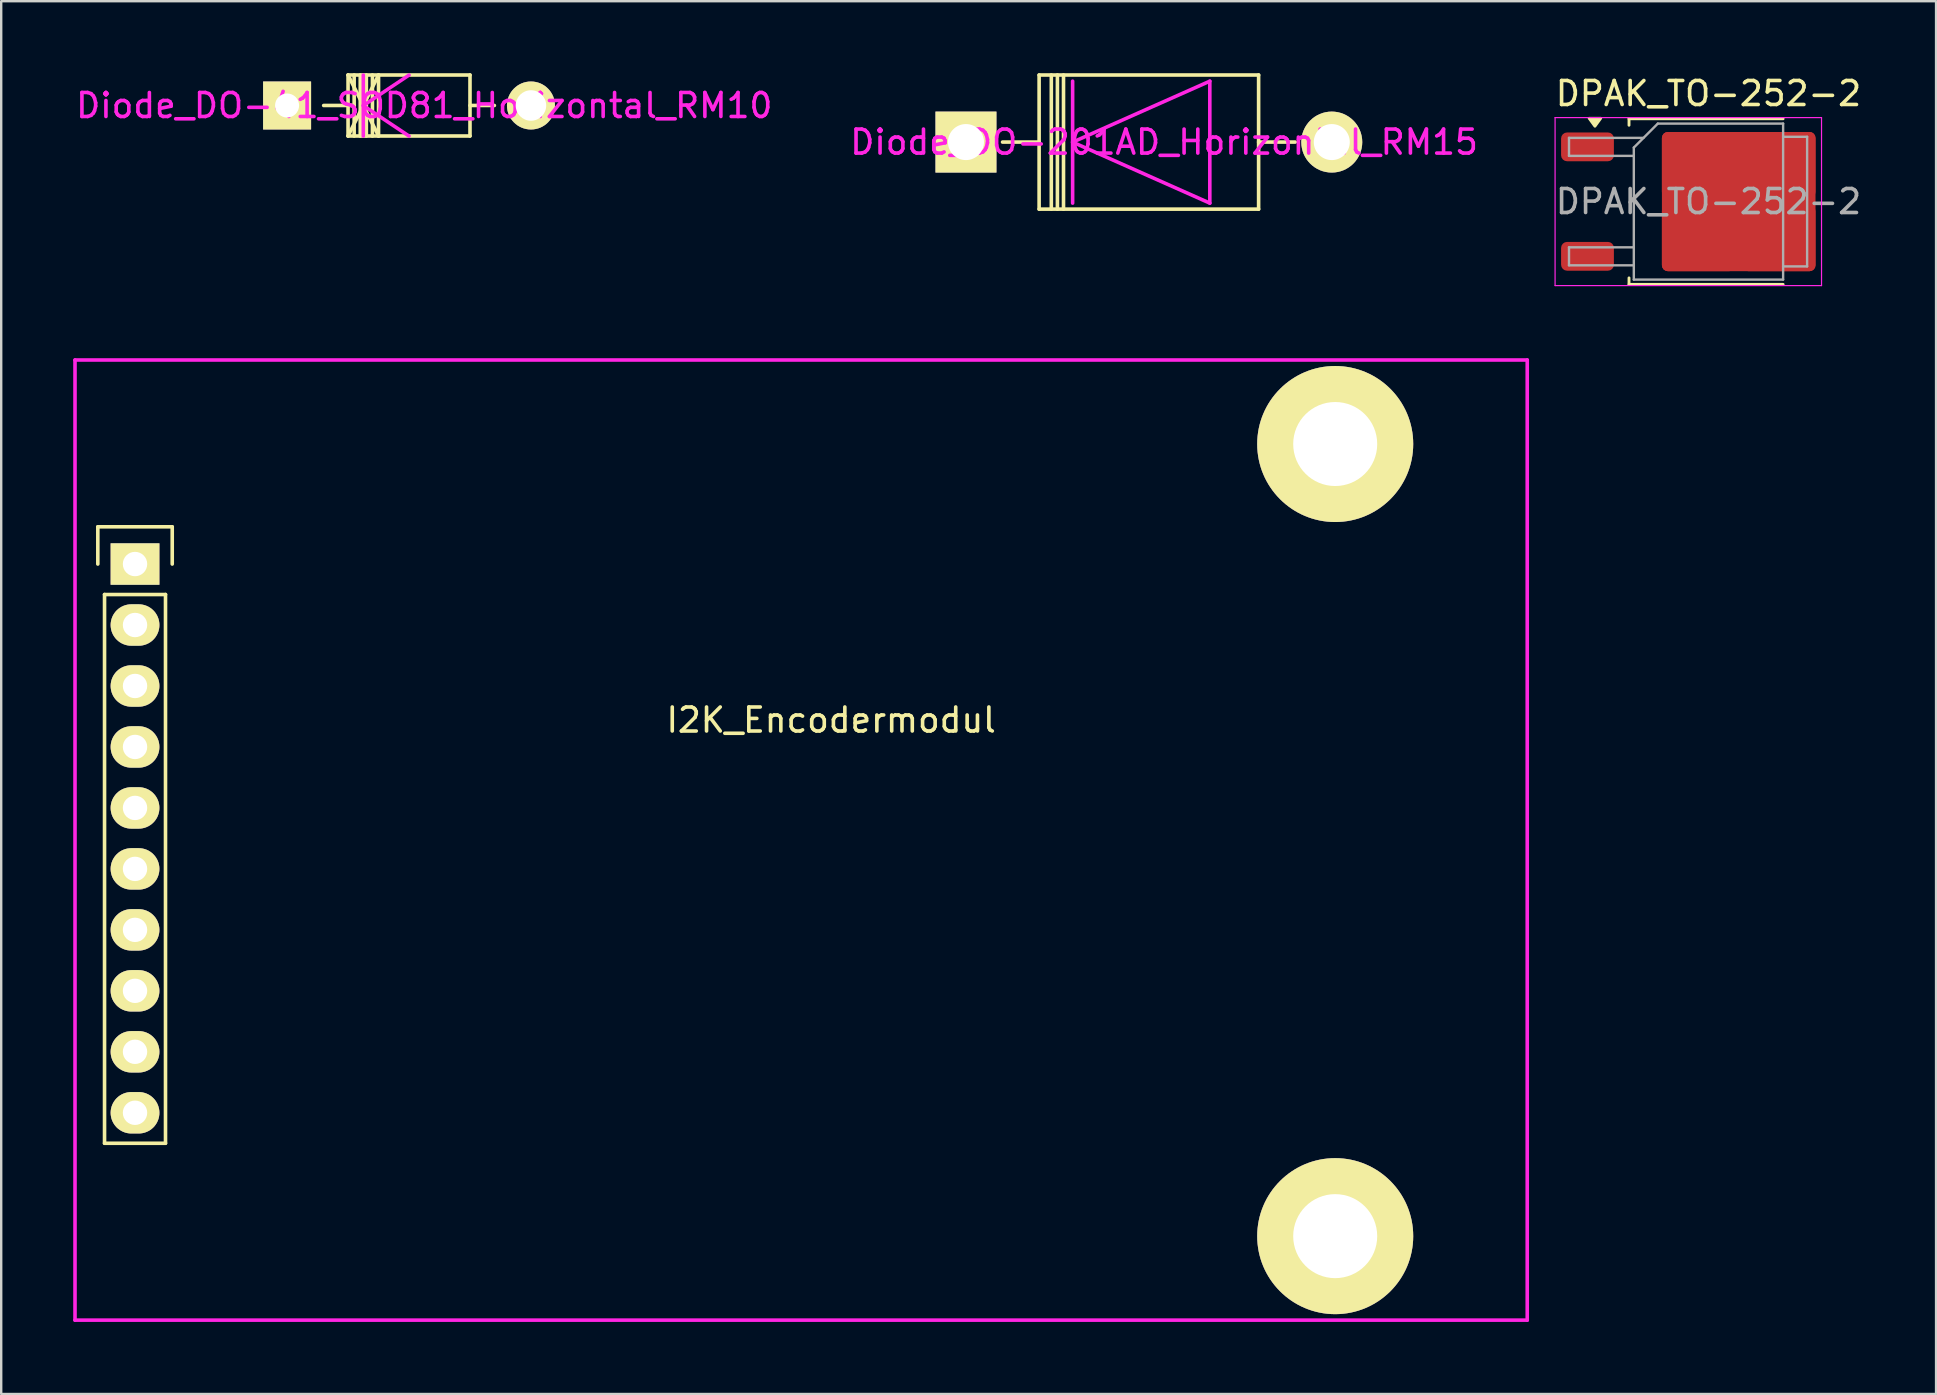
<source format=kicad_pcb>
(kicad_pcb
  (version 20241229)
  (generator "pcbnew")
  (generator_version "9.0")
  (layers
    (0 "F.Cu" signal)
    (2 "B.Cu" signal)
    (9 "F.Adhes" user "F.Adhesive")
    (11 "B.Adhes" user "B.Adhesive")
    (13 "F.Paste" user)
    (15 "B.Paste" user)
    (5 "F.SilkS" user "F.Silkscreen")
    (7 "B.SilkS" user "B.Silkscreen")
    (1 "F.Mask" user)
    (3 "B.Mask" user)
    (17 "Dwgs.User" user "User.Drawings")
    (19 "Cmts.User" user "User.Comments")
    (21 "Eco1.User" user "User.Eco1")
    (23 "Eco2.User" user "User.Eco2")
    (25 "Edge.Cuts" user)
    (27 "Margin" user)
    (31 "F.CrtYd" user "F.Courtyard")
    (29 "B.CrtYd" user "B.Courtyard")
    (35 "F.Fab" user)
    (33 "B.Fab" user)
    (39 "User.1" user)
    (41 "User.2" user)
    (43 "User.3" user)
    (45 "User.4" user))
  (footprint "Diode_DO-41_SOD81_Horizontal_RM10"
    (layer "F.Cu")
    (at 8.91 1.348)
    (property "Reference" "Diode_DO-41_SOD81_Horizontal_RM10" (at 5.715 0 0) (layer "F.CrtYd") (effects (font (size 1 1) (thickness 0.15))))
    (attr through_hole)
    (fp_line (start 2.54 -1.273) (end 3.81 1.267) (stroke (width 0.15) (type solid)) (layer "F.SilkS"))
    (fp_line (start 2.54 -1.273) (end 7.62 -1.273) (stroke (width 0.15) (type solid)) (layer "F.SilkS"))
    (fp_line (start 2.54 1.267) (end 2.54 -1.273) (stroke (width 0.15) (type solid)) (layer "F.SilkS"))
    (fp_line (start 2.794 -1.273) (end 2.794 1.267) (stroke (width 0.15) (type solid)) (layer "F.SilkS"))
    (fp_line (start 2.794 -0.003) (end 1.524 -0.003) (stroke (width 0.15) (type solid)) (layer "F.SilkS"))
    (fp_line (start 3.048 -1.273) (end 3.048 1.267) (stroke (width 0.15) (type solid)) (layer "F.SilkS"))
    (fp_line (start 3.175 -1.273) (end 3.175 1.267) (stroke (width 0.15) (type solid)) (layer "F.SilkS"))
    (fp_line (start 3.302 -1.273) (end 3.302 1.267) (stroke (width 0.15) (type solid)) (layer "F.SilkS"))
    (fp_line (start 3.556 -1.273) (end 3.556 1.267) (stroke (width 0.15) (type solid)) (layer "F.SilkS"))
    (fp_line (start 3.81 -1.273) (end 2.54 1.267) (stroke (width 0.15) (type solid)) (layer "F.SilkS"))
    (fp_line (start 3.81 -1.273) (end 3.81 1.267) (stroke (width 0.15) (type solid)) (layer "F.SilkS"))
    (fp_line (start 7.62 -1.273) (end 7.62 1.267) (stroke (width 0.15) (type solid)) (layer "F.SilkS"))
    (fp_line (start 7.62 -0.003) (end 8.636 -0.003) (stroke (width 0.15) (type solid)) (layer "F.SilkS"))
    (fp_line (start 7.62 1.267) (end 2.54 1.267) (stroke (width 0.15) (type solid)) (layer "F.SilkS"))
    (fp_line (start 3.175 -1.27) (end 3.175 1.27) (stroke (width 0.15) (type solid)) (layer "F.CrtYd"))
    (fp_line (start 3.175 0) (end 5.08 1.27) (stroke (width 0.15) (type solid)) (layer "F.CrtYd"))
    (fp_line (start 5.08 -1.27) (end 3.175 0) (stroke (width 0.15) (type solid)) (layer "F.CrtYd"))
    (pad "1" thru_hole rect (at 0 -0.003 180) (size 1.999 1.999) (drill 1.001) (layers "*.Cu" "*.Mask" "F.SilkS"))
    (pad "2" thru_hole circle (at 10.16 -0.003 180) (size 1.999 1.999) (drill 1.27) (layers "*.Cu" "*.Mask" "F.SilkS")))
  (footprint "I2K_Encodermodul"
    (layer "F.Cu")
    (at 2.575 20.448)
    (property "Reference" "I2K_Encodermodul" (at 29 6.5 0) (layer "F.SilkS") (effects (font (size 1 1) (thickness 0.15))))
    (attr through_hole)
    (fp_line (start -1.55 -1.55) (end 1.55 -1.55) (stroke (width 0.15) (type solid)) (layer "F.SilkS"))
    (fp_line (start -1.55 0) (end -1.55 -1.55) (stroke (width 0.15) (type solid)) (layer "F.SilkS"))
    (fp_line (start -1.27 24.13) (end -1.27 1.27) (stroke (width 0.15) (type solid)) (layer "F.SilkS"))
    (fp_line (start 1.27 1.27) (end -1.27 1.27) (stroke (width 0.15) (type solid)) (layer "F.SilkS"))
    (fp_line (start 1.27 1.27) (end 1.27 24.13) (stroke (width 0.15) (type solid)) (layer "F.SilkS"))
    (fp_line (start 1.27 24.13) (end -1.27 24.13) (stroke (width 0.15) (type solid)) (layer "F.SilkS"))
    (fp_line (start 1.55 -1.55) (end 1.55 0) (stroke (width 0.15) (type solid)) (layer "F.SilkS"))
    (fp_line (start -2.5 -8.5) (end 58 -8.5) (stroke (width 0.15) (type solid)) (layer "F.CrtYd"))
    (fp_line (start -2.5 -1.75) (end -2.5 24.65) (stroke (width 0.05) (type solid)) (layer "F.CrtYd"))
    (fp_line (start -2.5 31.5) (end -2.5 -8.5) (stroke (width 0.15) (type solid)) (layer "F.CrtYd"))
    (fp_line (start 58 -8.5) (end 58 31.5) (stroke (width 0.15) (type solid)) (layer "F.CrtYd"))
    (fp_line (start 58 31.5) (end -2.5 31.5) (stroke (width 0.15) (type solid)) (layer "F.CrtYd"))
    (pad "" np_thru_hole circle (at 50 -5) (size 6.5 6.5) (drill 3.5) (layers "*.Cu" "*.Mask" "F.SilkS"))
    (pad "" np_thru_hole circle (at 50 28) (size 6.5 6.5) (drill 3.5) (layers "*.Cu" "*.Mask" "F.SilkS"))
    (pad "1" thru_hole rect (at 0 0) (size 2.032 1.727) (drill 1.016) (layers "*.Cu" "*.Mask" "F.SilkS"))
    (pad "2" thru_hole oval (at 0 2.54) (size 2.032 1.727) (drill 1.016) (layers "*.Cu" "*.Mask" "F.SilkS"))
    (pad "3" thru_hole oval (at 0 5.08) (size 2.032 1.727) (drill 1.016) (layers "*.Cu" "*.Mask" "F.SilkS"))
    (pad "4" thru_hole oval (at 0 7.62) (size 2.032 1.727) (drill 1.016) (layers "*.Cu" "*.Mask" "F.SilkS"))
    (pad "5" thru_hole oval (at 0 10.16) (size 2.032 1.727) (drill 1.016) (layers "*.Cu" "*.Mask" "F.SilkS"))
    (pad "6" thru_hole oval (at 0 12.7) (size 2.032 1.727) (drill 1.016) (layers "*.Cu" "*.Mask" "F.SilkS"))
    (pad "7" thru_hole oval (at 0 15.24) (size 2.032 1.727) (drill 1.016) (layers "*.Cu" "*.Mask" "F.SilkS"))
    (pad "8" thru_hole oval (at 0 17.78) (size 2.032 1.727) (drill 1.016) (layers "*.Cu" "*.Mask" "F.SilkS"))
    (pad "9" thru_hole oval (at 0 20.32) (size 2.032 1.727) (drill 1.016) (layers "*.Cu" "*.Mask" "F.SilkS"))
    (pad "10" thru_hole oval (at 0 22.86) (size 2.032 1.727) (drill 1.016) (layers "*.Cu" "*.Mask" "F.SilkS")))
  (footprint "DPAK_TO-252-2"
    (layer "F.Cu")
    (at 68.125 5.348)
    (property "Reference" "DPAK_TO-252-2" (at 0 -4.5 0) (layer "F.SilkS") (effects (font (size 1 1) (thickness 0.15))))
    (attr smd)
    (fp_line (start -3.31 -3.45) (end -3.31 -3.18) (stroke (width 0.12) (type solid)) (layer "F.SilkS"))
    (fp_line (start -3.31 3.45) (end -3.31 3.18) (stroke (width 0.12) (type solid)) (layer "F.SilkS"))
    (fp_line (start 3.11 -3.45) (end -3.31 -3.45) (stroke (width 0.12) (type solid)) (layer "F.SilkS"))
    (fp_line (start 3.11 3.45) (end -3.31 3.45) (stroke (width 0.12) (type solid)) (layer "F.SilkS"))
    (fp_poly (pts (xy -4.73 -3.14) (xy -4.97 -3.47) (xy -4.49 -3.47) (xy -4.73 -3.14)) (stroke (width 0.12) (type solid)) (fill yes) (layer "F.SilkS"))
    (fp_line (start -6.39 -3.5) (end -6.39 3.5) (stroke (width 0.05) (type solid)) (layer "F.CrtYd"))
    (fp_line (start -6.39 3.5) (end 4.71 3.5) (stroke (width 0.05) (type solid)) (layer "F.CrtYd"))
    (fp_line (start 4.71 -3.5) (end -6.39 -3.5) (stroke (width 0.05) (type solid)) (layer "F.CrtYd"))
    (fp_line (start 4.71 3.5) (end 4.71 -3.5) (stroke (width 0.05) (type solid)) (layer "F.CrtYd"))
    (fp_line (start -5.81 -2.655) (end -5.81 -1.905) (stroke (width 0.1) (type solid)) (layer "F.Fab"))
    (fp_line (start -5.81 -1.905) (end -3.11 -1.905) (stroke (width 0.1) (type solid)) (layer "F.Fab"))
    (fp_line (start -5.81 1.905) (end -5.81 2.655) (stroke (width 0.1) (type solid)) (layer "F.Fab"))
    (fp_line (start -5.81 2.655) (end -3.11 2.655) (stroke (width 0.1) (type solid)) (layer "F.Fab"))
    (fp_line (start -3.11 -2.25) (end -2.11 -3.25) (stroke (width 0.1) (type solid)) (layer "F.Fab"))
    (fp_line (start -3.11 1.905) (end -5.81 1.905) (stroke (width 0.1) (type solid)) (layer "F.Fab"))
    (fp_line (start -3.11 3.25) (end -3.11 -2.25) (stroke (width 0.1) (type solid)) (layer "F.Fab"))
    (fp_line (start -2.705 -2.655) (end -5.81 -2.655) (stroke (width 0.1) (type solid)) (layer "F.Fab"))
    (fp_line (start -2.11 -3.25) (end 3.11 -3.25) (stroke (width 0.1) (type solid)) (layer "F.Fab"))
    (fp_line (start 3.11 -3.25) (end 3.11 3.25) (stroke (width 0.1) (type solid)) (layer "F.Fab"))
    (fp_line (start 3.11 -2.7) (end 4.11 -2.7) (stroke (width 0.1) (type solid)) (layer "F.Fab"))
    (fp_line (start 3.11 3.25) (end -3.11 3.25) (stroke (width 0.1) (type solid)) (layer "F.Fab"))
    (fp_line (start 4.11 -2.7) (end 4.11 2.7) (stroke (width 0.1) (type solid)) (layer "F.Fab"))
    (fp_line (start 4.11 2.7) (end 3.11 2.7) (stroke (width 0.1) (type solid)) (layer "F.Fab"))
    (fp_text user "${REFERENCE}" (at 0 0 0) (layer "F.Fab") (effects (font (size 1 1) (thickness 0.15))))
    (pad "1" smd roundrect (at -5.04 -2.28) (size 2.2 1.2) (layers "F.Cu" "F.Mask" "F.Paste") (roundrect_rratio 0.208))
    (pad "2" smd roundrect (at -0.415 -1.525) (size 3.05 2.75) (layers "F.Cu" "F.Paste") (roundrect_rratio 0.091))
    (pad "2" smd roundrect (at -0.415 1.525) (size 3.05 2.75) (layers "F.Cu" "F.Paste") (roundrect_rratio 0.091))
    (pad "2" smd roundrect (at 1.26 0) (size 6.4 5.8) (layers "F.Cu" "F.Mask") (roundrect_rratio 0.043))
    (pad "2" smd roundrect (at 2.935 -1.525) (size 3.05 2.75) (layers "F.Cu" "F.Paste") (roundrect_rratio 0.091))
    (pad "2" smd roundrect (at 2.935 1.525) (size 3.05 2.75) (layers "F.Cu" "F.Paste") (roundrect_rratio 0.091))
    (pad "3" smd roundrect (at -5.04 2.28) (size 2.2 1.2) (layers "F.Cu" "F.Mask" "F.Paste") (roundrect_rratio 0.208)))
  (footprint "Diode_DO-201AD_Horizontal_RM15"
    (layer "F.Cu")
    (at 37.191 2.872)
    (property "Reference" "Diode_DO-201AD_Horizontal_RM15" (at 8.255 0 0) (layer "F.CrtYd") (effects (font (size 1 1) (thickness 0.15))))
    (attr through_hole)
    (fp_line (start 3.049 -2.797) (end 12.193 -2.797) (stroke (width 0.15) (type solid)) (layer "F.SilkS"))
    (fp_line (start 3.049 -0.003) (end 1.525 -0.003) (stroke (width 0.15) (type solid)) (layer "F.SilkS"))
    (fp_line (start 3.049 2.791) (end 3.049 -2.797) (stroke (width 0.15) (type solid)) (layer "F.SilkS"))
    (fp_line (start 3.557 -2.797) (end 3.557 2.791) (stroke (width 0.15) (type solid)) (layer "F.SilkS"))
    (fp_line (start 3.811 -2.797) (end 3.811 2.791) (stroke (width 0.15) (type solid)) (layer "F.SilkS"))
    (fp_line (start 4.065 -2.797) (end 4.065 2.791) (stroke (width 0.15) (type solid)) (layer "F.SilkS"))
    (fp_line (start 12.193 -2.797) (end 12.193 2.791) (stroke (width 0.15) (type solid)) (layer "F.SilkS"))
    (fp_line (start 12.193 -0.003) (end 13.717 -0.003) (stroke (width 0.15) (type solid)) (layer "F.SilkS"))
    (fp_line (start 12.193 2.791) (end 3.049 2.791) (stroke (width 0.15) (type solid)) (layer "F.SilkS"))
    (fp_line (start 4.445 -2.54) (end 4.445 2.54) (stroke (width 0.15) (type solid)) (layer "F.CrtYd"))
    (fp_line (start 4.445 0) (end 10.16 -2.54) (stroke (width 0.15) (type solid)) (layer "F.CrtYd"))
    (fp_line (start 10.16 -2.54) (end 10.16 2.54) (stroke (width 0.15) (type solid)) (layer "F.CrtYd"))
    (fp_line (start 10.16 2.54) (end 4.445 0) (stroke (width 0.15) (type solid)) (layer "F.CrtYd"))
    (pad "1" thru_hole rect (at 0.001 -0.003 180) (size 2.54 2.54) (drill 1.501) (layers "*.Cu" "*.Mask" "F.SilkS"))
    (pad "2" thru_hole circle (at 15.241 -0.003 180) (size 2.54 2.54) (drill 1.501) (layers "*.Cu" "*.Mask" "F.SilkS")))
  (gr_rect
    (start -3 -3)
    (end 77.607 55.023)
    (stroke (width 0.1) (type default))
    (fill no)
    (layer "Edge.Cuts")))
</source>
